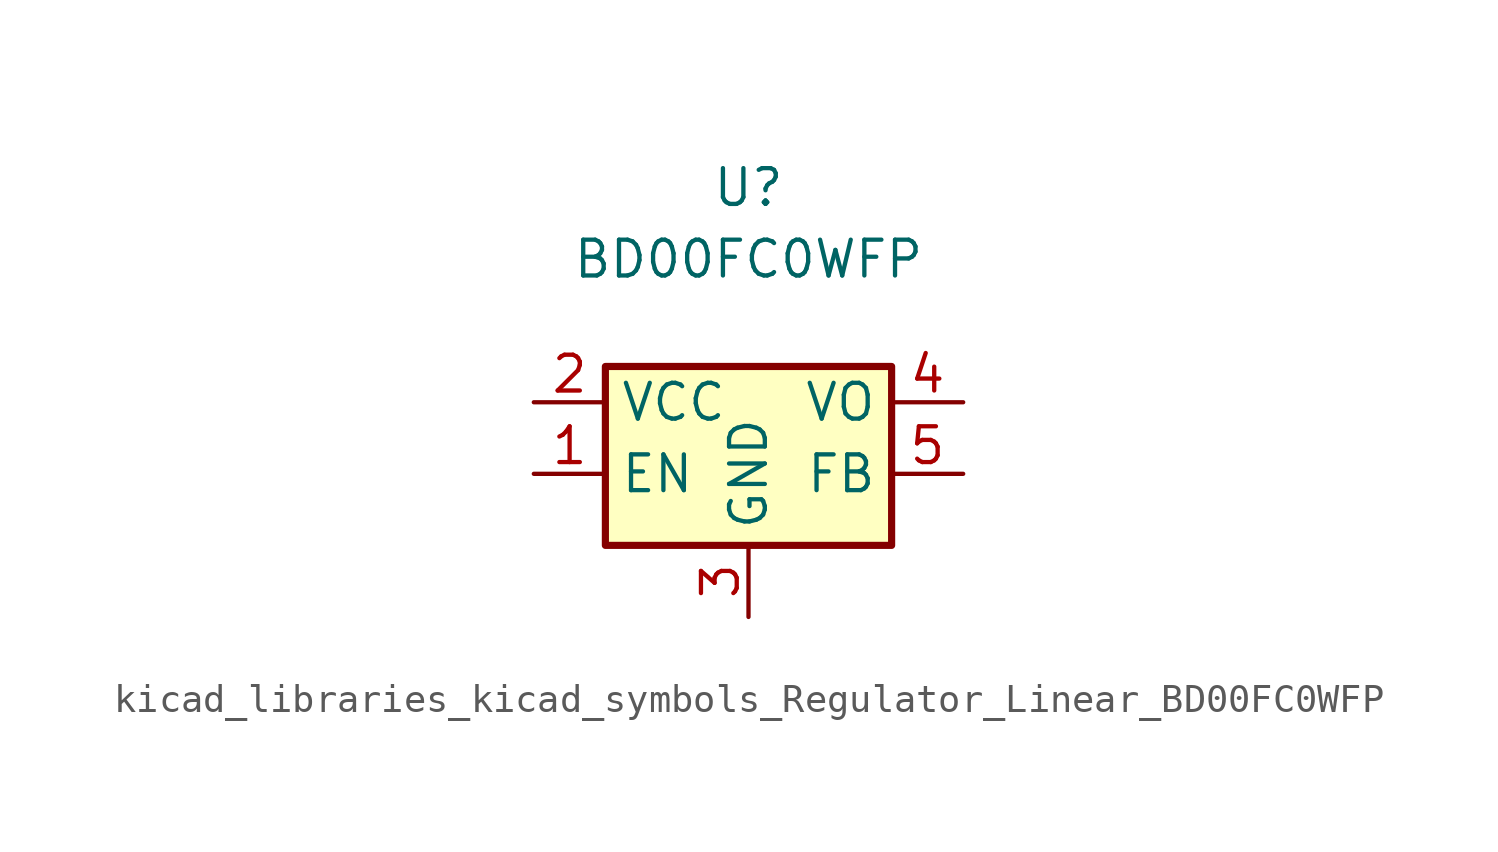
<source format=kicad_sym>
(kicad_symbol_lib
  (version 20220914)
  (generator kicad_symbol_editor)
  (symbol "kicad_libraries_kicad_symbols_Regulator_Linear_BD00FC0WFP"
    (property "Reference" "U"
      (at 0 7.62 0)
      (effects (font (size 1.27 1.27))))
    (property "Value" "BD00FC0WFP"
      (at 0 5.08 0)
      (effects (font (size 1.27 1.27))))
    (symbol "kicad_libraries_kicad_symbols_Regulator_Linear_BD00FC0WFP_1_1"
      (rectangle (start -5.08 -5.08) (end 5.08 1.27) (stroke (width 0.254) (type default)) (fill (type background)))
      (pin input line (at -7.62 -2.54 0) (length 2.54) (name "EN" (effects (font (size 1.27 1.27)))) (number "1" (effects (font (size 1.27 1.27)))))
      (pin power_in line (at -7.62 0 0) (length 2.54) (name "VCC" (effects (font (size 1.27 1.27)))) (number "2" (effects (font (size 1.27 1.27)))))
      (pin power_in line (at 0 -7.62 90) (length 2.54) (name "GND" (effects (font (size 1.27 1.27)))) (number "3" (effects (font (size 1.27 1.27)))))
      (pin power_out line (at 7.62 0 180) (length 2.54) (name "VO" (effects (font (size 1.27 1.27)))) (number "4" (effects (font (size 1.27 1.27)))))
      (pin input line (at 7.62 -2.54 180) (length 2.54) (name "FB" (effects (font (size 1.27 1.27)))) (number "5" (effects (font (size 1.27 1.27))))))))
</source>
